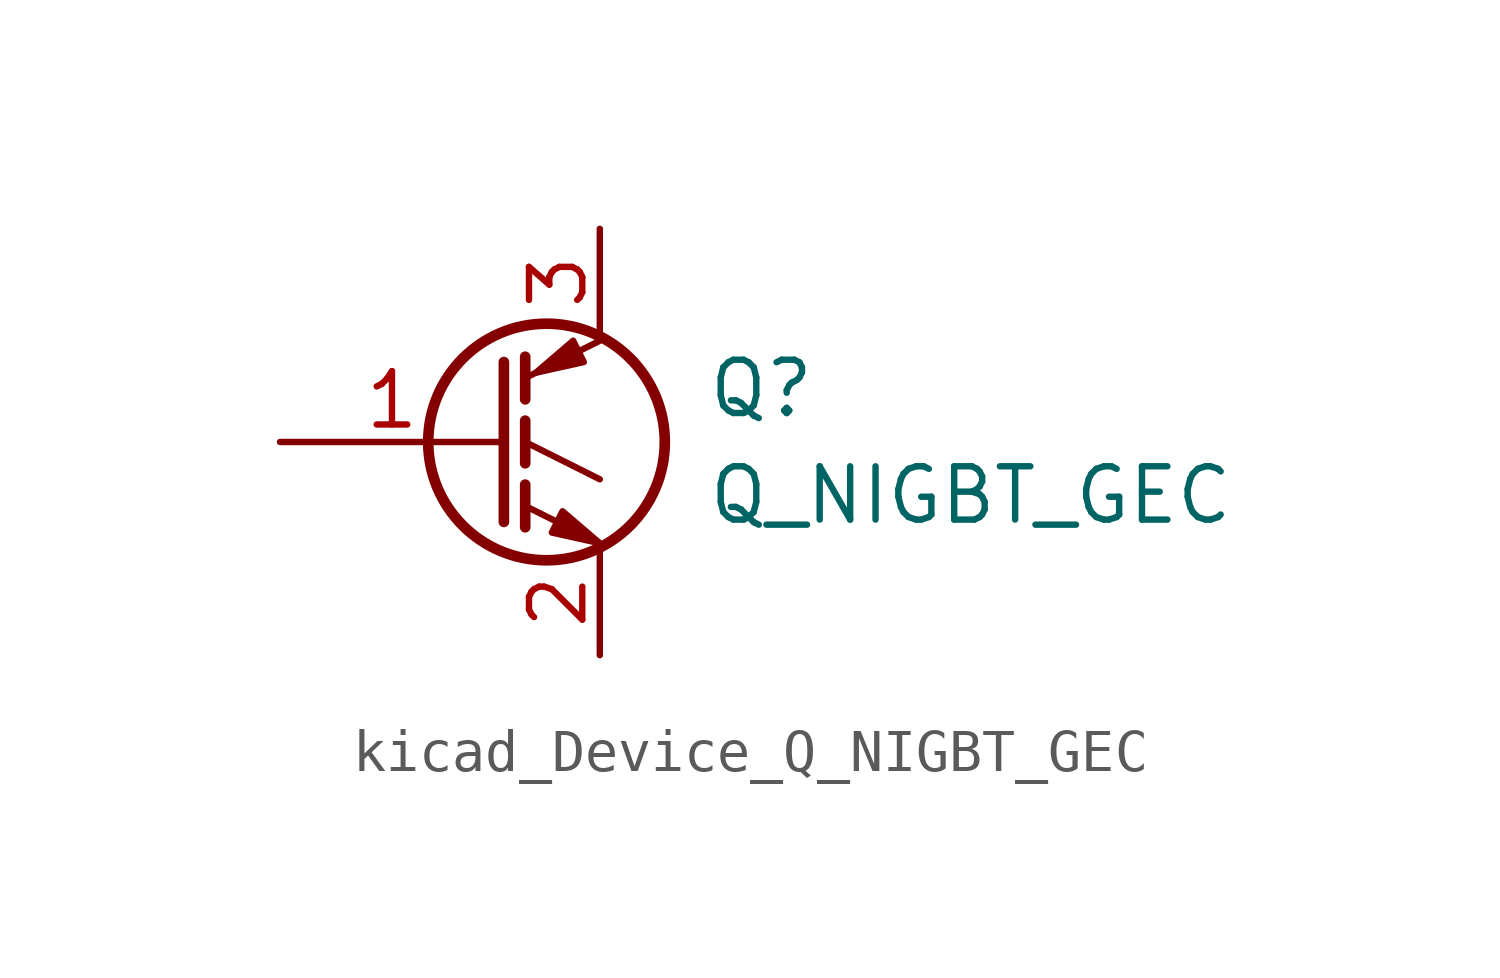
<source format=kicad_sym>
(kicad_symbol_lib
  (version 20220914)
  (generator kicad_symbol_editor)
  (symbol "kicad_Device_Q_NIGBT_GEC"
    (pin_names
      (offset 0) hide)
    (property "Reference" "Q"
      (at 5.08 1.27 0)
      (effects (font (size 1.27 1.27)) (justify left)))
    (property "Value" "Q_NIGBT_GEC"
      (at 5.08 -1.27 0)
      (effects (font (size 1.27 1.27)) (justify left)))
    (symbol "kicad_Device_Q_NIGBT_GEC_0_1"
      (polyline (pts (xy 0.762 -1.016) (xy 0.762 -2.032)) (stroke (width 0.254) (type default)) (fill (type none)))
      (polyline (pts (xy 0.762 0.508) (xy 0.762 -0.508)) (stroke (width 0.254) (type default)) (fill (type none)))
      (polyline (pts (xy 0.762 2.032) (xy 0.762 1.016)) (stroke (width 0.254) (type default)) (fill (type none)))
      (polyline (pts (xy 2.54 -2.413) (xy 0.762 -1.524)) (stroke (width 0) (type default)) (fill (type none)))
      (polyline (pts (xy 2.54 -0.889) (xy 0.762 0)) (stroke (width 0) (type default)) (fill (type none)))
      (polyline (pts (xy 2.54 2.413) (xy 0.762 1.524)) (stroke (width 0) (type default)) (fill (type none)))
      (polyline (pts (xy 0.254 1.905) (xy 0.254 -1.905) (xy 0.254 -1.905)) (stroke (width 0.254) (type default)) (fill (type none)))
      (polyline (pts (xy 1.397 -2.159) (xy 1.651 -1.651) (xy 2.54 -2.413) (xy 1.397 -2.159)) (stroke (width 0) (type default)) (fill (type outline)))
      (polyline (pts (xy 2.159 1.905) (xy 1.905 2.413) (xy 1.016 1.651) (xy 2.159 1.905)) (stroke (width 0) (type default)) (fill (type outline)))
      (circle (center 1.27 0) (radius 2.819) (stroke (width 0.254) (type default)) (fill (type none))))
    (symbol "kicad_Device_Q_NIGBT_GEC_1_1"
      (pin input line (at -5.08 0 0) (length 5.334) (name "G" (effects (font (size 1.27 1.27)))) (number "1" (effects (font (size 1.27 1.27)))))
      (pin passive line (at 2.54 -5.08 90) (length 2.54) (name "E" (effects (font (size 1.27 1.27)))) (number "2" (effects (font (size 1.27 1.27)))))
      (pin passive line (at 2.54 5.08 270) (length 2.54) (name "C" (effects (font (size 1.27 1.27)))) (number "3" (effects (font (size 1.27 1.27))))))))
</source>
